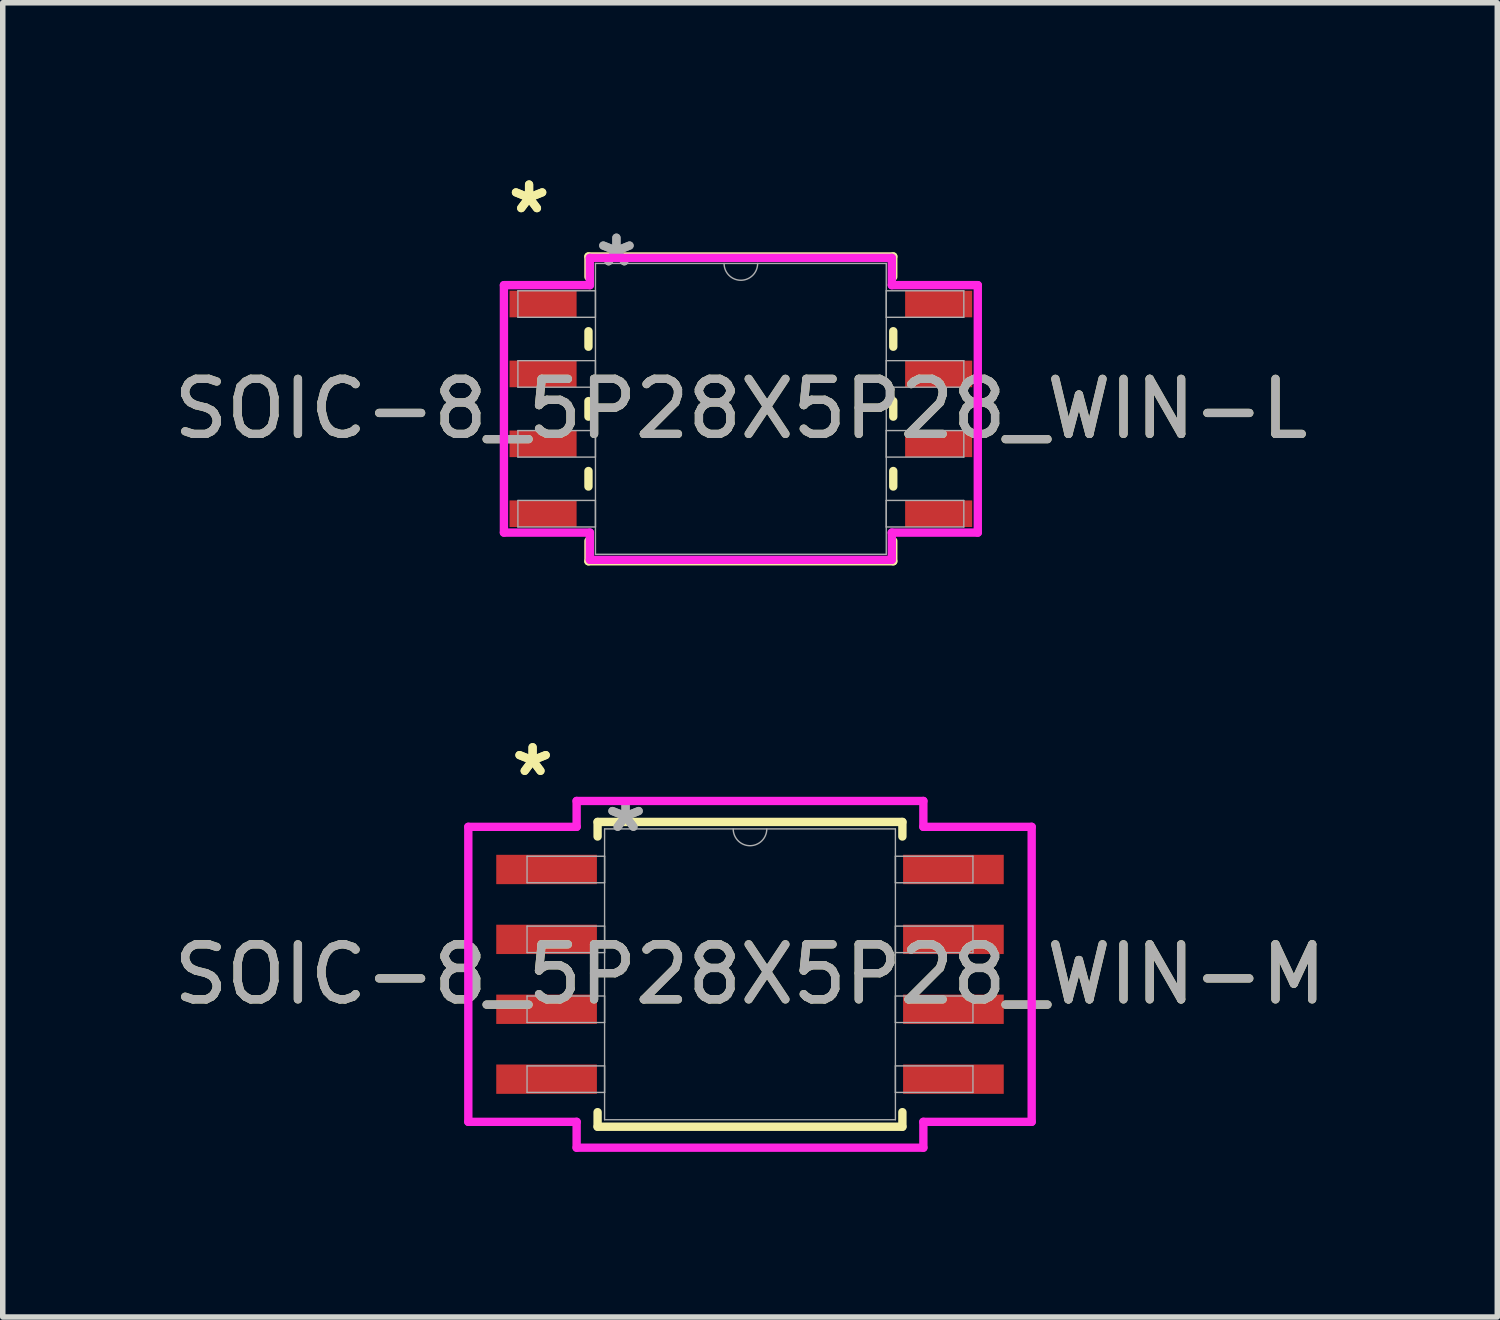
<source format=kicad_pcb>
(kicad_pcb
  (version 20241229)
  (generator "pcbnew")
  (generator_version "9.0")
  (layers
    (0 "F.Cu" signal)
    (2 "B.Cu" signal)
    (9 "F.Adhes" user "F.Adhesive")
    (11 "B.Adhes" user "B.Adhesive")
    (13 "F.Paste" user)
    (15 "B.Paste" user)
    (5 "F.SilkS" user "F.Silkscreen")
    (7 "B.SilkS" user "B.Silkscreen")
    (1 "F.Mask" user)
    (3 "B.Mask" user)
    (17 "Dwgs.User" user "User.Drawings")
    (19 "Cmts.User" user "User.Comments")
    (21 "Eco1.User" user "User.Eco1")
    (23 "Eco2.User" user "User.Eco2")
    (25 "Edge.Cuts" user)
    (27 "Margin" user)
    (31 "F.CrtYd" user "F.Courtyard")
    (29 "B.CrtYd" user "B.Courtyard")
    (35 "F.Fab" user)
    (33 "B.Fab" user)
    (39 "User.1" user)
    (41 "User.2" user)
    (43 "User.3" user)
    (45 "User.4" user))
  (footprint "SOIC-8_5P28X5P28_WIN-L"
    (layer "F.Cu")
    (at 10.411 4.379)
    (property "Reference" "SOIC-8_5P28X5P28_WIN-L" (at 0 0 0) (unlocked yes) (layer "F.SilkS") (effects (font (size 1 1) (thickness 0.15))))
    (attr smd)
    (fp_line (start -2.769 -2.769) (end -2.769 -2.399) (stroke (width 0.152) (type solid)) (layer "F.SilkS"))
    (fp_line (start -2.769 -1.411) (end -2.769 -1.129) (stroke (width 0.152) (type solid)) (layer "F.SilkS"))
    (fp_line (start -2.769 -0.141) (end -2.769 0.141) (stroke (width 0.152) (type solid)) (layer "F.SilkS"))
    (fp_line (start -2.769 1.129) (end -2.769 1.411) (stroke (width 0.152) (type solid)) (layer "F.SilkS"))
    (fp_line (start -2.769 2.399) (end -2.769 2.769) (stroke (width 0.152) (type solid)) (layer "F.SilkS"))
    (fp_line (start -2.769 2.769) (end 2.769 2.769) (stroke (width 0.152) (type solid)) (layer "F.SilkS"))
    (fp_line (start 2.769 -2.769) (end -2.769 -2.769) (stroke (width 0.152) (type solid)) (layer "F.SilkS"))
    (fp_line (start 2.769 -2.399) (end 2.769 -2.769) (stroke (width 0.152) (type solid)) (layer "F.SilkS"))
    (fp_line (start 2.769 -1.129) (end 2.769 -1.411) (stroke (width 0.152) (type solid)) (layer "F.SilkS"))
    (fp_line (start 2.769 0.141) (end 2.769 -0.141) (stroke (width 0.152) (type solid)) (layer "F.SilkS"))
    (fp_line (start 2.769 1.411) (end 2.769 1.129) (stroke (width 0.152) (type solid)) (layer "F.SilkS"))
    (fp_line (start 2.769 2.769) (end 2.769 2.399) (stroke (width 0.152) (type solid)) (layer "F.SilkS"))
    (fp_line (start -4.305 -2.248) (end -2.743 -2.248) (stroke (width 0.152) (type solid)) (layer "F.CrtYd"))
    (fp_line (start -4.305 2.248) (end -4.305 -2.248) (stroke (width 0.152) (type solid)) (layer "F.CrtYd"))
    (fp_line (start -4.305 2.248) (end -2.743 2.248) (stroke (width 0.152) (type solid)) (layer "F.CrtYd"))
    (fp_line (start -2.743 -2.743) (end 2.743 -2.743) (stroke (width 0.152) (type solid)) (layer "F.CrtYd"))
    (fp_line (start -2.743 -2.248) (end -2.743 -2.743) (stroke (width 0.152) (type solid)) (layer "F.CrtYd"))
    (fp_line (start -2.743 2.743) (end -2.743 2.248) (stroke (width 0.152) (type solid)) (layer "F.CrtYd"))
    (fp_line (start 2.743 -2.743) (end 2.743 -2.248) (stroke (width 0.152) (type solid)) (layer "F.CrtYd"))
    (fp_line (start 2.743 2.248) (end 2.743 2.743) (stroke (width 0.152) (type solid)) (layer "F.CrtYd"))
    (fp_line (start 2.743 2.743) (end -2.743 2.743) (stroke (width 0.152) (type solid)) (layer "F.CrtYd"))
    (fp_line (start 4.305 -2.248) (end 2.743 -2.248) (stroke (width 0.152) (type solid)) (layer "F.CrtYd"))
    (fp_line (start 4.305 -2.248) (end 4.305 2.248) (stroke (width 0.152) (type solid)) (layer "F.CrtYd"))
    (fp_line (start 4.305 2.248) (end 2.743 2.248) (stroke (width 0.152) (type solid)) (layer "F.CrtYd"))
    (fp_line (start -4.051 -2.146) (end -4.051 -1.664) (stroke (width 0.025) (type solid)) (layer "F.Fab"))
    (fp_line (start -4.051 -1.664) (end -2.642 -1.664) (stroke (width 0.025) (type solid)) (layer "F.Fab"))
    (fp_line (start -4.051 -0.876) (end -4.051 -0.394) (stroke (width 0.025) (type solid)) (layer "F.Fab"))
    (fp_line (start -4.051 -0.394) (end -2.642 -0.394) (stroke (width 0.025) (type solid)) (layer "F.Fab"))
    (fp_line (start -4.051 0.394) (end -4.051 0.876) (stroke (width 0.025) (type solid)) (layer "F.Fab"))
    (fp_line (start -4.051 0.876) (end -2.642 0.876) (stroke (width 0.025) (type solid)) (layer "F.Fab"))
    (fp_line (start -4.051 1.664) (end -4.051 2.146) (stroke (width 0.025) (type solid)) (layer "F.Fab"))
    (fp_line (start -4.051 2.146) (end -2.642 2.146) (stroke (width 0.025) (type solid)) (layer "F.Fab"))
    (fp_line (start -2.642 -2.642) (end -2.642 2.642) (stroke (width 0.025) (type solid)) (layer "F.Fab"))
    (fp_line (start -2.642 -2.146) (end -4.051 -2.146) (stroke (width 0.025) (type solid)) (layer "F.Fab"))
    (fp_line (start -2.642 -1.664) (end -2.642 -2.146) (stroke (width 0.025) (type solid)) (layer "F.Fab"))
    (fp_line (start -2.642 -0.876) (end -4.051 -0.876) (stroke (width 0.025) (type solid)) (layer "F.Fab"))
    (fp_line (start -2.642 -0.394) (end -2.642 -0.876) (stroke (width 0.025) (type solid)) (layer "F.Fab"))
    (fp_line (start -2.642 0.394) (end -4.051 0.394) (stroke (width 0.025) (type solid)) (layer "F.Fab"))
    (fp_line (start -2.642 0.876) (end -2.642 0.394) (stroke (width 0.025) (type solid)) (layer "F.Fab"))
    (fp_line (start -2.642 1.664) (end -4.051 1.664) (stroke (width 0.025) (type solid)) (layer "F.Fab"))
    (fp_line (start -2.642 2.146) (end -2.642 1.664) (stroke (width 0.025) (type solid)) (layer "F.Fab"))
    (fp_line (start -2.642 2.642) (end 2.642 2.642) (stroke (width 0.025) (type solid)) (layer "F.Fab"))
    (fp_line (start 2.642 -2.642) (end -2.642 -2.642) (stroke (width 0.025) (type solid)) (layer "F.Fab"))
    (fp_line (start 2.642 -2.146) (end 2.642 -1.664) (stroke (width 0.025) (type solid)) (layer "F.Fab"))
    (fp_line (start 2.642 -1.664) (end 4.051 -1.664) (stroke (width 0.025) (type solid)) (layer "F.Fab"))
    (fp_line (start 2.642 -0.876) (end 2.642 -0.394) (stroke (width 0.025) (type solid)) (layer "F.Fab"))
    (fp_line (start 2.642 -0.394) (end 4.051 -0.394) (stroke (width 0.025) (type solid)) (layer "F.Fab"))
    (fp_line (start 2.642 0.394) (end 2.642 0.876) (stroke (width 0.025) (type solid)) (layer "F.Fab"))
    (fp_line (start 2.642 0.876) (end 4.051 0.876) (stroke (width 0.025) (type solid)) (layer "F.Fab"))
    (fp_line (start 2.642 1.664) (end 2.642 2.146) (stroke (width 0.025) (type solid)) (layer "F.Fab"))
    (fp_line (start 2.642 2.146) (end 4.051 2.146) (stroke (width 0.025) (type solid)) (layer "F.Fab"))
    (fp_line (start 2.642 2.642) (end 2.642 -2.642) (stroke (width 0.025) (type solid)) (layer "F.Fab"))
    (fp_line (start 4.051 -2.146) (end 2.642 -2.146) (stroke (width 0.025) (type solid)) (layer "F.Fab"))
    (fp_line (start 4.051 -1.664) (end 4.051 -2.146) (stroke (width 0.025) (type solid)) (layer "F.Fab"))
    (fp_line (start 4.051 -0.876) (end 2.642 -0.876) (stroke (width 0.025) (type solid)) (layer "F.Fab"))
    (fp_line (start 4.051 -0.394) (end 4.051 -0.876) (stroke (width 0.025) (type solid)) (layer "F.Fab"))
    (fp_line (start 4.051 0.394) (end 2.642 0.394) (stroke (width 0.025) (type solid)) (layer "F.Fab"))
    (fp_line (start 4.051 0.876) (end 4.051 0.394) (stroke (width 0.025) (type solid)) (layer "F.Fab"))
    (fp_line (start 4.051 1.664) (end 2.642 1.664) (stroke (width 0.025) (type solid)) (layer "F.Fab"))
    (fp_line (start 4.051 2.146) (end 4.051 1.664) (stroke (width 0.025) (type solid)) (layer "F.Fab"))
    (fp_arc (start 0.3048 -2.6416) (mid 0 -2.3368) (end -0.3048 -2.6416) (stroke (width 0.0254) (type solid)) (layer "F.Fab"))
    (fp_text user "*" (at -3.848 -3.531 0) (unlocked yes) (layer "F.SilkS") (effects (font (size 1 1) (thickness 0.15))))
    (fp_text user "*" (at -3.848 -3.531 0) (layer "F.SilkS") (effects (font (size 1 1) (thickness 0.15))))
    (fp_text user "${REFERENCE}" (at 0 0 0) (unlocked yes) (layer "F.Fab") (effects (font (size 1 1) (thickness 0.15))))
    (fp_text user "*" (at -2.261 -2.565 0) (layer "F.Fab") (effects (font (size 1 1) (thickness 0.15))))
    (fp_text user "*" (at -2.261 -2.565 0) (unlocked yes) (layer "F.Fab") (effects (font (size 1 1) (thickness 0.15))))
    (pad "1" smd rect (at -3.594 -1.905) (size 1.219 0.483) (layers "F.Cu" "F.Mask" "F.Paste"))
    (pad "2" smd rect (at -3.594 -0.635) (size 1.219 0.483) (layers "F.Cu" "F.Mask" "F.Paste"))
    (pad "3" smd rect (at -3.594 0.635) (size 1.219 0.483) (layers "F.Cu" "F.Mask" "F.Paste"))
    (pad "4" smd rect (at -3.594 1.905) (size 1.219 0.483) (layers "F.Cu" "F.Mask" "F.Paste"))
    (pad "5" smd rect (at 3.594 1.905) (size 1.219 0.483) (layers "F.Cu" "F.Mask" "F.Paste"))
    (pad "6" smd rect (at 3.594 0.635) (size 1.219 0.483) (layers "F.Cu" "F.Mask" "F.Paste"))
    (pad "7" smd rect (at 3.594 -0.635) (size 1.219 0.483) (layers "F.Cu" "F.Mask" "F.Paste"))
    (pad "8" smd rect (at 3.594 -1.905) (size 1.219 0.483) (layers "F.Cu" "F.Mask" "F.Paste")))
  (footprint "SOIC-8_5P28X5P28_WIN-M"
    (layer "F.Cu")
    (at 10.577 14.653)
    (property "Reference" "SOIC-8_5P28X5P28_WIN-M" (at 0 0 0) (unlocked yes) (layer "F.SilkS") (effects (font (size 1 1) (thickness 0.15))))
    (attr smd)
    (fp_line (start -2.769 -2.769) (end -2.769 -2.504) (stroke (width 0.152) (type solid)) (layer "F.SilkS"))
    (fp_line (start -2.769 2.504) (end -2.769 2.769) (stroke (width 0.152) (type solid)) (layer "F.SilkS"))
    (fp_line (start -2.769 2.769) (end 2.769 2.769) (stroke (width 0.152) (type solid)) (layer "F.SilkS"))
    (fp_line (start 2.769 -2.769) (end -2.769 -2.769) (stroke (width 0.152) (type solid)) (layer "F.SilkS"))
    (fp_line (start 2.769 -2.504) (end 2.769 -2.769) (stroke (width 0.152) (type solid)) (layer "F.SilkS"))
    (fp_line (start 2.769 2.769) (end 2.769 2.504) (stroke (width 0.152) (type solid)) (layer "F.SilkS"))
    (fp_line (start -5.118 -2.68) (end -3.15 -2.68) (stroke (width 0.152) (type solid)) (layer "F.CrtYd"))
    (fp_line (start -5.118 2.68) (end -5.118 -2.68) (stroke (width 0.152) (type solid)) (layer "F.CrtYd"))
    (fp_line (start -5.118 2.68) (end -3.15 2.68) (stroke (width 0.152) (type solid)) (layer "F.CrtYd"))
    (fp_line (start -3.15 -3.15) (end 3.15 -3.15) (stroke (width 0.152) (type solid)) (layer "F.CrtYd"))
    (fp_line (start -3.15 -2.68) (end -3.15 -3.15) (stroke (width 0.152) (type solid)) (layer "F.CrtYd"))
    (fp_line (start -3.15 3.15) (end -3.15 2.68) (stroke (width 0.152) (type solid)) (layer "F.CrtYd"))
    (fp_line (start 3.15 -3.15) (end 3.15 -2.68) (stroke (width 0.152) (type solid)) (layer "F.CrtYd"))
    (fp_line (start 3.15 2.68) (end 3.15 3.15) (stroke (width 0.152) (type solid)) (layer "F.CrtYd"))
    (fp_line (start 3.15 3.15) (end -3.15 3.15) (stroke (width 0.152) (type solid)) (layer "F.CrtYd"))
    (fp_line (start 5.118 -2.68) (end 3.15 -2.68) (stroke (width 0.152) (type solid)) (layer "F.CrtYd"))
    (fp_line (start 5.118 -2.68) (end 5.118 2.68) (stroke (width 0.152) (type solid)) (layer "F.CrtYd"))
    (fp_line (start 5.118 2.68) (end 3.15 2.68) (stroke (width 0.152) (type solid)) (layer "F.CrtYd"))
    (fp_line (start -4.051 -2.146) (end -4.051 -1.664) (stroke (width 0.025) (type solid)) (layer "F.Fab"))
    (fp_line (start -4.051 -1.664) (end -2.642 -1.664) (stroke (width 0.025) (type solid)) (layer "F.Fab"))
    (fp_line (start -4.051 -0.876) (end -4.051 -0.394) (stroke (width 0.025) (type solid)) (layer "F.Fab"))
    (fp_line (start -4.051 -0.394) (end -2.642 -0.394) (stroke (width 0.025) (type solid)) (layer "F.Fab"))
    (fp_line (start -4.051 0.394) (end -4.051 0.876) (stroke (width 0.025) (type solid)) (layer "F.Fab"))
    (fp_line (start -4.051 0.876) (end -2.642 0.876) (stroke (width 0.025) (type solid)) (layer "F.Fab"))
    (fp_line (start -4.051 1.664) (end -4.051 2.146) (stroke (width 0.025) (type solid)) (layer "F.Fab"))
    (fp_line (start -4.051 2.146) (end -2.642 2.146) (stroke (width 0.025) (type solid)) (layer "F.Fab"))
    (fp_line (start -2.642 -2.642) (end -2.642 2.642) (stroke (width 0.025) (type solid)) (layer "F.Fab"))
    (fp_line (start -2.642 -2.146) (end -4.051 -2.146) (stroke (width 0.025) (type solid)) (layer "F.Fab"))
    (fp_line (start -2.642 -1.664) (end -2.642 -2.146) (stroke (width 0.025) (type solid)) (layer "F.Fab"))
    (fp_line (start -2.642 -0.876) (end -4.051 -0.876) (stroke (width 0.025) (type solid)) (layer "F.Fab"))
    (fp_line (start -2.642 -0.394) (end -2.642 -0.876) (stroke (width 0.025) (type solid)) (layer "F.Fab"))
    (fp_line (start -2.642 0.394) (end -4.051 0.394) (stroke (width 0.025) (type solid)) (layer "F.Fab"))
    (fp_line (start -2.642 0.876) (end -2.642 0.394) (stroke (width 0.025) (type solid)) (layer "F.Fab"))
    (fp_line (start -2.642 1.664) (end -4.051 1.664) (stroke (width 0.025) (type solid)) (layer "F.Fab"))
    (fp_line (start -2.642 2.146) (end -2.642 1.664) (stroke (width 0.025) (type solid)) (layer "F.Fab"))
    (fp_line (start -2.642 2.642) (end 2.642 2.642) (stroke (width 0.025) (type solid)) (layer "F.Fab"))
    (fp_line (start 2.642 -2.642) (end -2.642 -2.642) (stroke (width 0.025) (type solid)) (layer "F.Fab"))
    (fp_line (start 2.642 -2.146) (end 2.642 -1.664) (stroke (width 0.025) (type solid)) (layer "F.Fab"))
    (fp_line (start 2.642 -1.664) (end 4.051 -1.664) (stroke (width 0.025) (type solid)) (layer "F.Fab"))
    (fp_line (start 2.642 -0.876) (end 2.642 -0.394) (stroke (width 0.025) (type solid)) (layer "F.Fab"))
    (fp_line (start 2.642 -0.394) (end 4.051 -0.394) (stroke (width 0.025) (type solid)) (layer "F.Fab"))
    (fp_line (start 2.642 0.394) (end 2.642 0.876) (stroke (width 0.025) (type solid)) (layer "F.Fab"))
    (fp_line (start 2.642 0.876) (end 4.051 0.876) (stroke (width 0.025) (type solid)) (layer "F.Fab"))
    (fp_line (start 2.642 1.664) (end 2.642 2.146) (stroke (width 0.025) (type solid)) (layer "F.Fab"))
    (fp_line (start 2.642 2.146) (end 4.051 2.146) (stroke (width 0.025) (type solid)) (layer "F.Fab"))
    (fp_line (start 2.642 2.642) (end 2.642 -2.642) (stroke (width 0.025) (type solid)) (layer "F.Fab"))
    (fp_line (start 4.051 -2.146) (end 2.642 -2.146) (stroke (width 0.025) (type solid)) (layer "F.Fab"))
    (fp_line (start 4.051 -1.664) (end 4.051 -2.146) (stroke (width 0.025) (type solid)) (layer "F.Fab"))
    (fp_line (start 4.051 -0.876) (end 2.642 -0.876) (stroke (width 0.025) (type solid)) (layer "F.Fab"))
    (fp_line (start 4.051 -0.394) (end 4.051 -0.876) (stroke (width 0.025) (type solid)) (layer "F.Fab"))
    (fp_line (start 4.051 0.394) (end 2.642 0.394) (stroke (width 0.025) (type solid)) (layer "F.Fab"))
    (fp_line (start 4.051 0.876) (end 4.051 0.394) (stroke (width 0.025) (type solid)) (layer "F.Fab"))
    (fp_line (start 4.051 1.664) (end 2.642 1.664) (stroke (width 0.025) (type solid)) (layer "F.Fab"))
    (fp_line (start 4.051 2.146) (end 4.051 1.664) (stroke (width 0.025) (type solid)) (layer "F.Fab"))
    (fp_arc (start 0.3048 -2.6416) (mid 0 -2.3368) (end -0.3048 -2.6416) (stroke (width 0.0254) (type solid)) (layer "F.Fab"))
    (fp_text user "*" (at -3.95 -3.581 0) (unlocked yes) (layer "F.SilkS") (effects (font (size 1 1) (thickness 0.15))))
    (fp_text user "*" (at -3.95 -3.581 0) (layer "F.SilkS") (effects (font (size 1 1) (thickness 0.15))))
    (fp_text user "${REFERENCE}" (at 0 0 0) (unlocked yes) (layer "F.Fab") (effects (font (size 1 1) (thickness 0.15))))
    (fp_text user "*" (at -2.261 -2.565 0) (layer "F.Fab") (effects (font (size 1 1) (thickness 0.15))))
    (fp_text user "*" (at -2.261 -2.565 0) (unlocked yes) (layer "F.Fab") (effects (font (size 1 1) (thickness 0.15))))
    (pad "1" smd rect (at -3.696 -1.905) (size 1.829 0.533) (layers "F.Cu" "F.Mask" "F.Paste"))
    (pad "2" smd rect (at -3.696 -0.635) (size 1.829 0.533) (layers "F.Cu" "F.Mask" "F.Paste"))
    (pad "3" smd rect (at -3.696 0.635) (size 1.829 0.533) (layers "F.Cu" "F.Mask" "F.Paste"))
    (pad "4" smd rect (at -3.696 1.905) (size 1.829 0.533) (layers "F.Cu" "F.Mask" "F.Paste"))
    (pad "5" smd rect (at 3.696 1.905) (size 1.829 0.533) (layers "F.Cu" "F.Mask" "F.Paste"))
    (pad "6" smd rect (at 3.696 0.635) (size 1.829 0.533) (layers "F.Cu" "F.Mask" "F.Paste"))
    (pad "7" smd rect (at 3.696 -0.635) (size 1.829 0.533) (layers "F.Cu" "F.Mask" "F.Paste"))
    (pad "8" smd rect (at 3.696 -1.905) (size 1.829 0.533) (layers "F.Cu" "F.Mask" "F.Paste")))
  (gr_rect
    (start -3 -3)
    (end 24.155 20.879)
    (stroke (width 0.1) (type default))
    (fill no)
    (layer "Edge.Cuts")))
</source>
